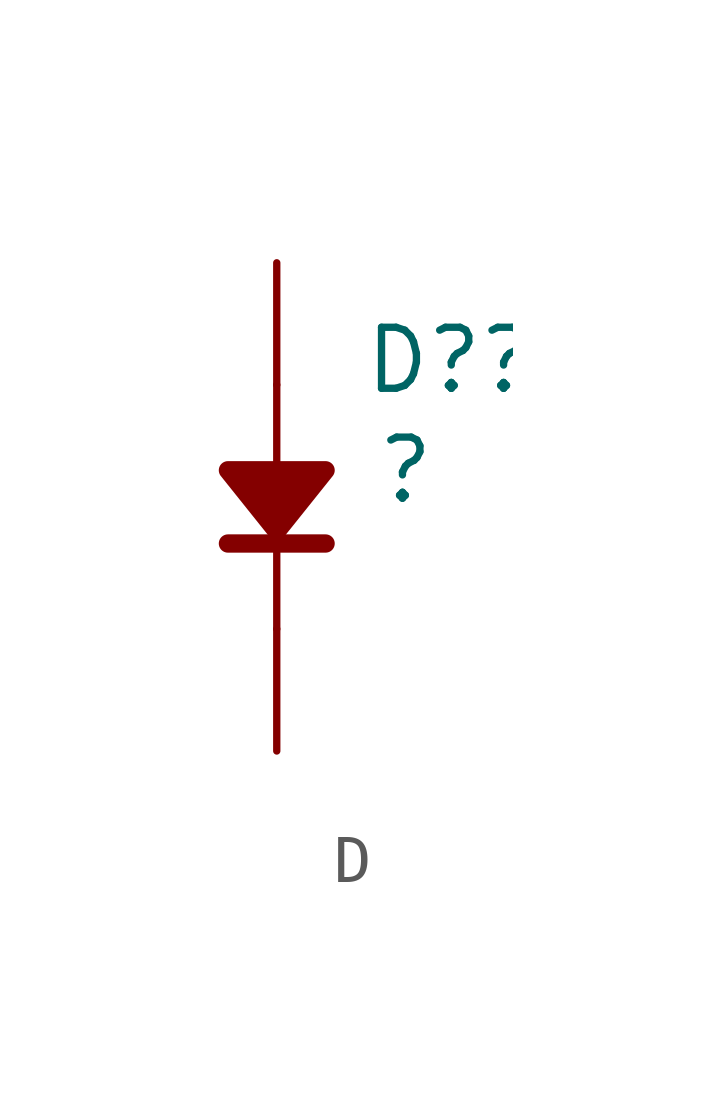
<source format=kicad_sym>
(kicad_symbol_lib
  (version 20241209)
  (generator "kicad_symbol_editor")
  (generator_version "9.0")
  (symbol "D"
    (pin_numbers
      (hide yes))
    (pin_names
      (offset 1.016)
      (hide yes))
    (property "Reference" "D?"
      (at 1.778 3.048 0)
      (effects (font (size 1.27 1.27)) (justify left)))
    (property "Value" "?"
      (at 2.032 0.762 0)
      (effects (font (size 1.27 1.27)) (justify left)))
    (symbol "D_0_1"
      (polyline (pts (xy -1.016 -0.762) (xy 1.016 -0.762)) (stroke (width 0.381) (type solid)) (fill (type none)))
      (polyline (pts (xy 0 2.54) (xy 0 0.762) (xy 0 1.016)) (stroke (width 0) (type solid)) (fill (type none)))
      (polyline (pts (xy 0 -0.508) (xy -1.016 0.762) (xy 1.016 0.762) (xy 0 -0.508)) (stroke (width 0.381) (type solid)) (fill (type outline)))
      (polyline (pts (xy 0 -2.54) (xy 0 -0.508)) (stroke (width 0) (type solid)) (fill (type none))))
    (symbol "D_1_0"
      (pin passive line (at 0 5.08 270) (length 2.54) (name "1" (effects (font (size 1.27 1.27)))) (number "1" (effects (font (size 1.27 1.27)))))
      (pin passive line (at 0 -5.08 90) (length 2.54) (name "2" (effects (font (size 1.27 1.27)))) (number "2" (effects (font (size 1.27 1.27))))))))
</source>
